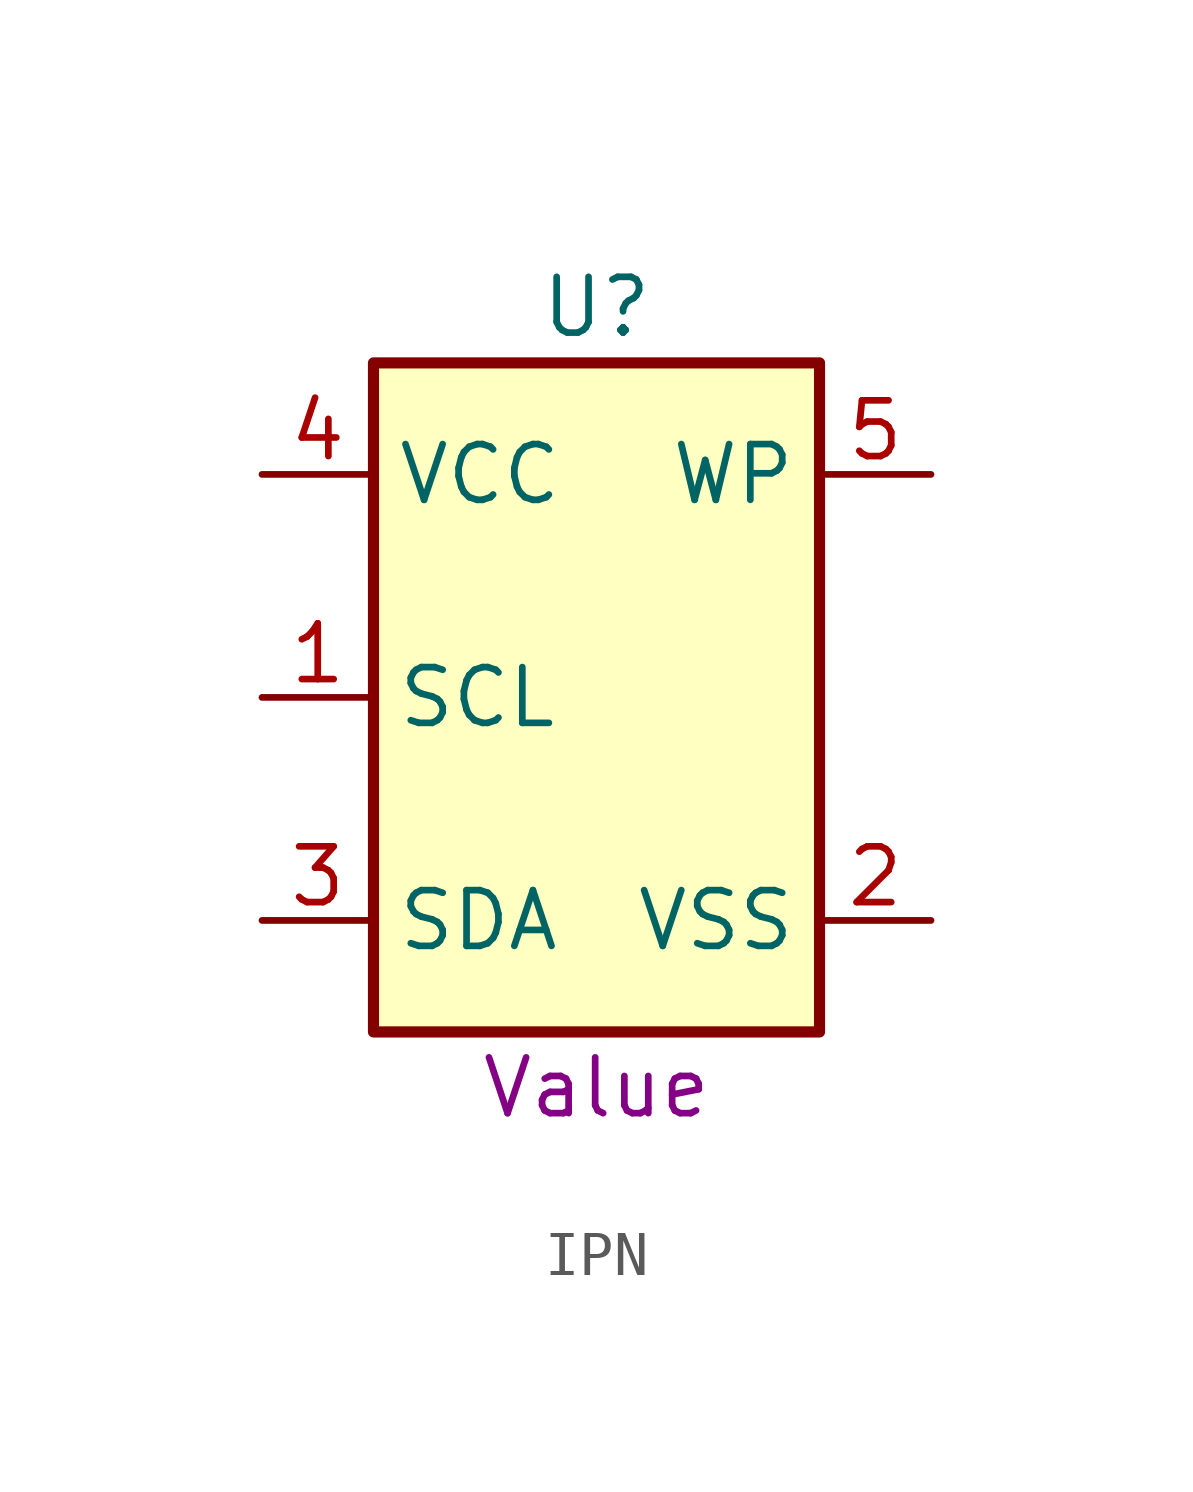
<source format=kicad_sym>
(kicad_symbol_lib
  (version 20220914)
  (generator kicad_symbol_editor)
  (symbol "IPN"
    (property "Reference" "U"
      (at 0 8.89 0)
      (effects (font (size 1.27 1.27))))
    (property "Part Number" "Value"
      (at 0 -8.89 0)
      (effects (font (size 1.27 1.27))))
    (symbol "IPN_0_1"
      (rectangle (start -5.08 7.62) (end 5.08 -7.62) (stroke (width 0.254) (type default)) (fill (type background))))
    (symbol "IPN_1_1"
      (pin passive line (at -7.62 0 0) (length 2.54) (name "SCL" (effects (font (size 1.27 1.27)))) (number "1" (effects (font (size 1.27 1.27)))))
      (pin power_in line (at 7.62 -5.08 180) (length 2.54) (name "VSS" (effects (font (size 1.27 1.27)))) (number "2" (effects (font (size 1.27 1.27)))))
      (pin passive line (at -7.62 -5.08 0) (length 2.54) (name "SDA" (effects (font (size 1.27 1.27)))) (number "3" (effects (font (size 1.27 1.27)))))
      (pin power_in line (at -7.62 5.08 0) (length 2.54) (name "VCC" (effects (font (size 1.27 1.27)))) (number "4" (effects (font (size 1.27 1.27)))))
      (pin passive line (at 7.62 5.08 180) (length 2.54) (name "WP" (effects (font (size 1.27 1.27)))) (number "5" (effects (font (size 1.27 1.27))))))))
</source>
